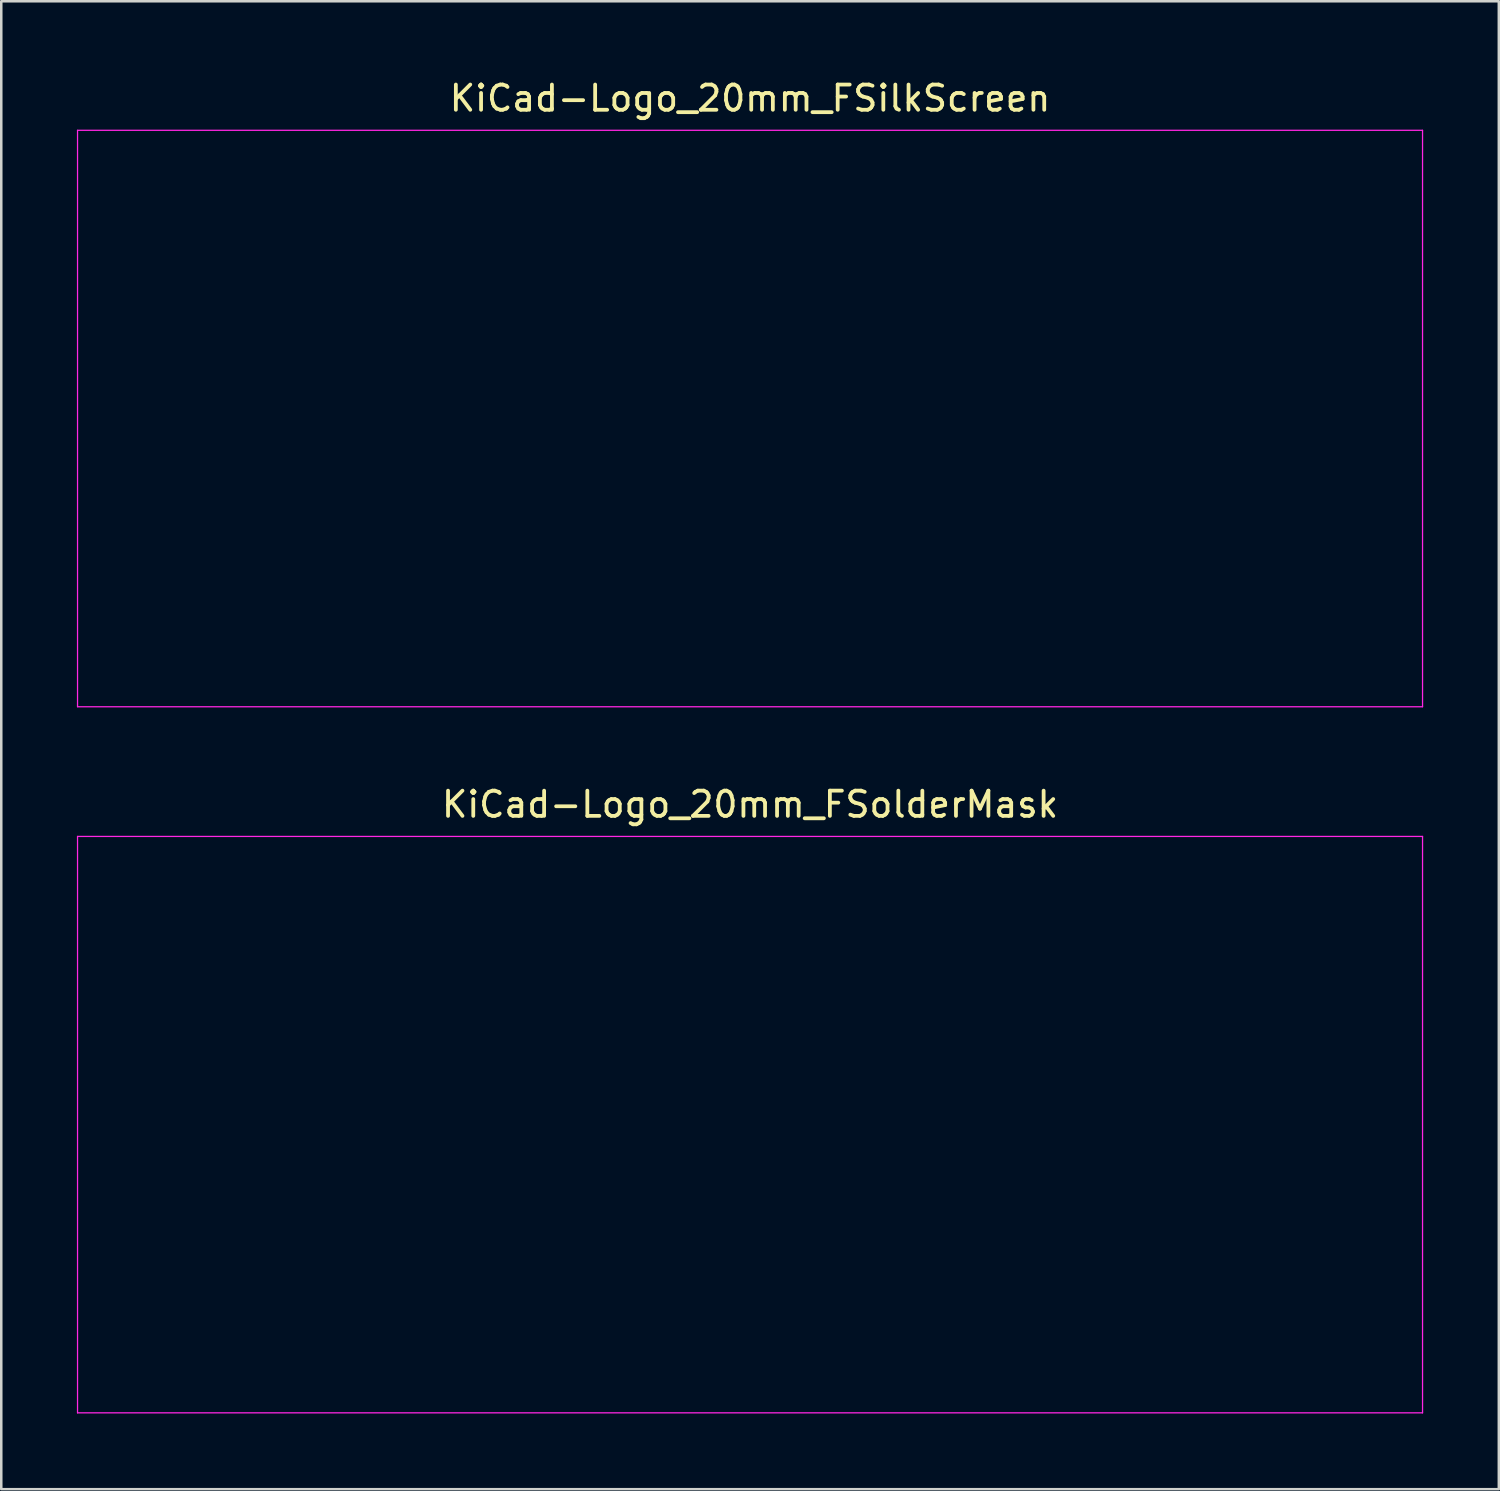
<source format=kicad_pcb>
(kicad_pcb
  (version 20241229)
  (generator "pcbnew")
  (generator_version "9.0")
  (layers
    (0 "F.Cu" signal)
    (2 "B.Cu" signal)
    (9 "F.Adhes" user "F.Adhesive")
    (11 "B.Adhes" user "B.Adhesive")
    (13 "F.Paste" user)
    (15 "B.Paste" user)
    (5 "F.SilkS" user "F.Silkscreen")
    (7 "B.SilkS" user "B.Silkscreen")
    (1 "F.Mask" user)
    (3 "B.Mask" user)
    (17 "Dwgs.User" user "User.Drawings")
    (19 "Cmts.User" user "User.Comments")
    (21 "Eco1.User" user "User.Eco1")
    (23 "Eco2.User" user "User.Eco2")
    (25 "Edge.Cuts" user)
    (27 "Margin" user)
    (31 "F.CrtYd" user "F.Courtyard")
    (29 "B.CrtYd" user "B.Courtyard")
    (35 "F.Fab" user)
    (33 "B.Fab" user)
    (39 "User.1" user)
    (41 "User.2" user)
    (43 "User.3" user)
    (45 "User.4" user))
  (footprint "KiCad-Logo_20mm_FSilkScreen"
    (layer "F.Cu")
    (at 26.695 13.548)
    (property "Reference" "KiCad-Logo_20mm_FSilkScreen" (at 0 -12.7 0) (layer "F.SilkS") (effects (font (size 1 1) (thickness 0.15))))
    (attr exclude_from_pos_files exclude_from_bom)
    (fp_line (start -26.67 -11.43) (end 26.67 -11.43) (stroke (width 0.05) (type solid)) (layer "F.CrtYd"))
    (fp_line (start -26.67 11.43) (end -26.67 -11.43) (stroke (width 0.05) (type solid)) (layer "F.CrtYd"))
    (fp_line (start 26.67 -11.43) (end 26.67 11.43) (stroke (width 0.05) (type solid)) (layer "F.CrtYd"))
    (fp_line (start 26.67 11.43) (end -26.67 11.43) (stroke (width 0.05) (type solid)) (layer "F.CrtYd")))
  (footprint "KiCad-Logo_20mm_FSolderMask"
    (layer "F.Cu")
    (at 26.695 41.551)
    (property "Reference" "KiCad-Logo_20mm_FSolderMask" (at 0 -12.7 0) (layer "F.SilkS") (effects (font (size 1 1) (thickness 0.15))))
    (attr exclude_from_pos_files exclude_from_bom)
    (fp_line (start -26.67 -11.43) (end 26.67 -11.43) (stroke (width 0.05) (type solid)) (layer "F.CrtYd"))
    (fp_line (start -26.67 11.43) (end -26.67 -11.43) (stroke (width 0.05) (type solid)) (layer "F.CrtYd"))
    (fp_line (start 26.67 -11.43) (end 26.67 11.43) (stroke (width 0.05) (type solid)) (layer "F.CrtYd"))
    (fp_line (start 26.67 11.43) (end -26.67 11.43) (stroke (width 0.05) (type solid)) (layer "F.CrtYd")))
  (gr_rect
    (start -3 -3)
    (end 56.39 56.007)
    (stroke (width 0.1) (type default))
    (fill no)
    (layer "Edge.Cuts")))
</source>
